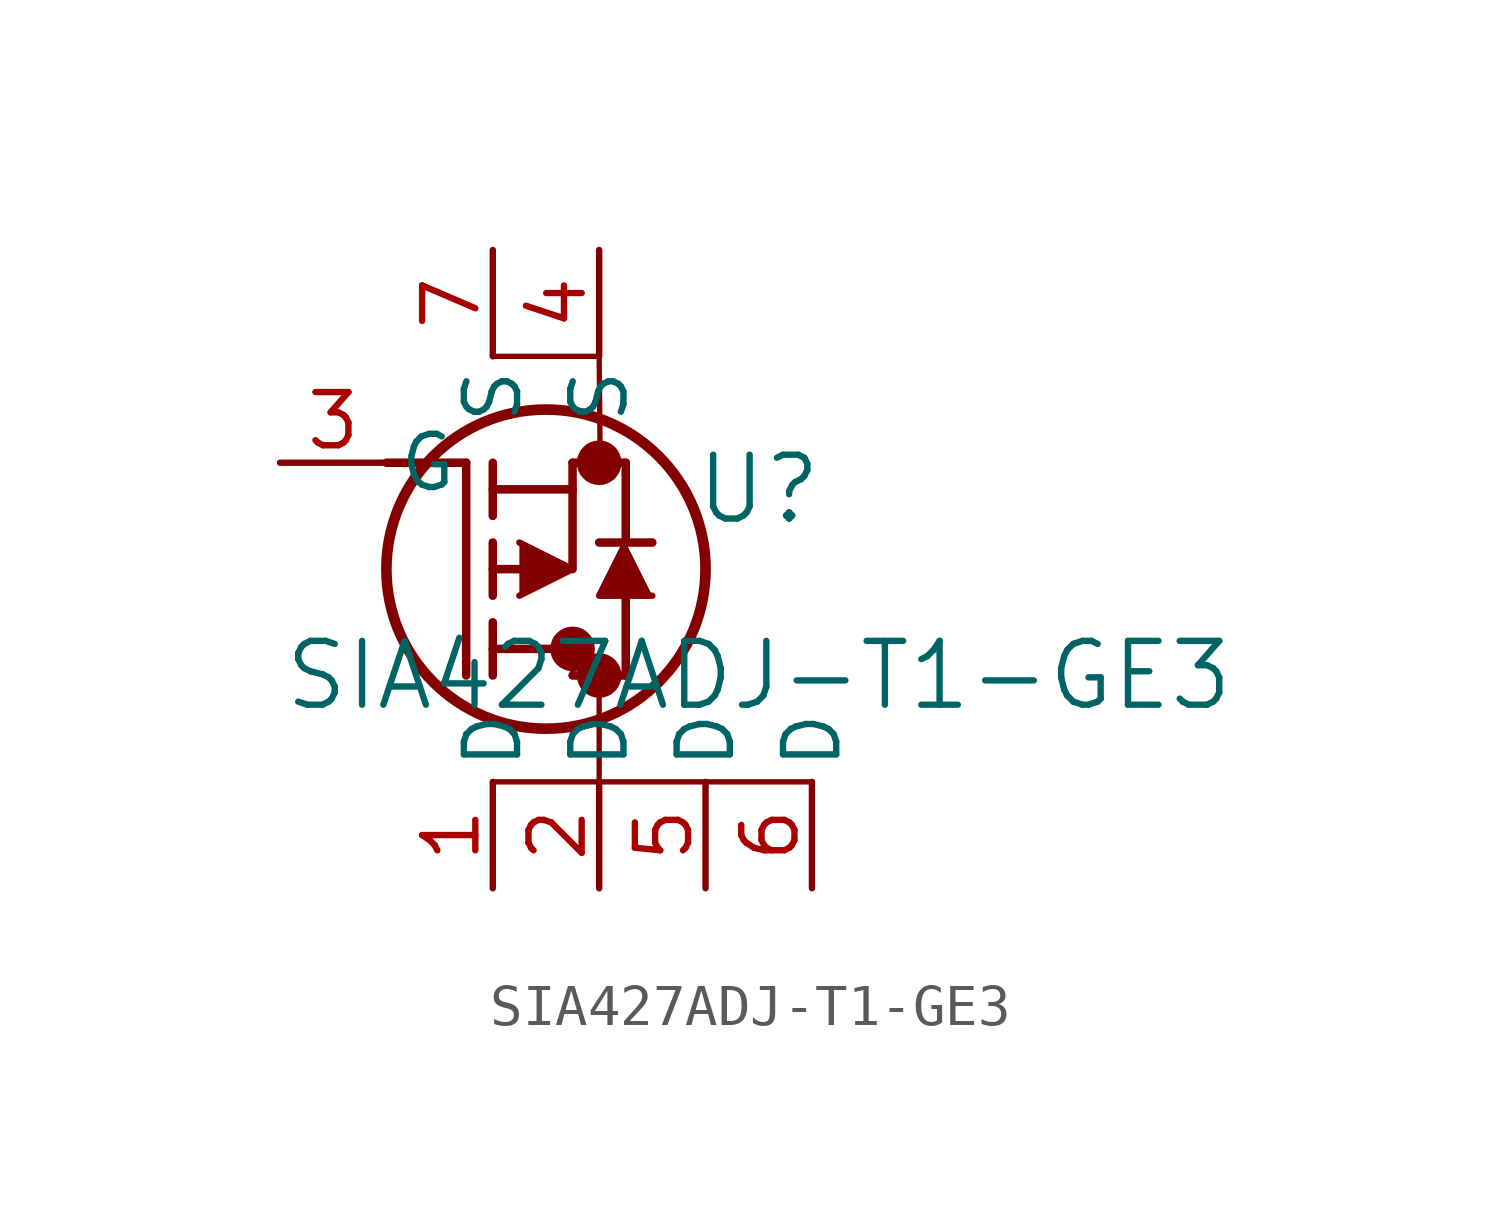
<source format=kicad_sym>
(kicad_symbol_lib
  (version 20211014)
  (generator kicad_symbol_editor)
  (symbol "SIA427ADJ-T1-GE3"
    (pin_names
      (offset 0.254))
    (property "Reference" "U"
      (at 11.43 -0.635 0)
      (effects (font (size 1.524 1.524))))
    (property "Value" "SIA427ADJ-T1-GE3"
      (at 11.43 -5.08 0)
      (effects (font (size 1.524 1.524))))
    (symbol "SIA427ADJ-T1-GE3_0_1"
      (polyline (pts (xy 2.54 0) (xy 4.445 0)) (stroke (width 0.203) (type default) (color 0 0 0 0)) (fill (type none)))
      (circle (center 7.62 0) (radius 0.025) (stroke (width 0.508) (type default) (color 0 0 0 0)) (fill (type none)))
      (circle (center 7.62 -5.08) (radius 0.025) (stroke (width 0.508) (type default) (color 0 0 0 0)) (fill (type none)))
      (circle (center 6.985 -4.445) (radius 0.025) (stroke (width 0.508) (type default) (color 0 0 0 0)) (fill (type none)))
      (circle (center 6.35 -2.54) (radius 3.81) (stroke (width 0.254) (type default) (color 0 0 0 0)) (fill (type none)))
      (polyline (pts (xy 4.445 -5.08) (xy 4.445 0)) (stroke (width 0.203) (type default) (color 0 0 0 0)) (fill (type none)))
      (polyline (pts (xy 5.08 -3.175) (xy 5.08 -1.905)) (stroke (width 0.203) (type default) (color 0 0 0 0)) (fill (type none)))
      (polyline (pts (xy 5.08 -5.08) (xy 5.08 -3.81)) (stroke (width 0.203) (type default) (color 0 0 0 0)) (fill (type none)))
      (polyline (pts (xy 5.08 -1.27) (xy 5.08 0)) (stroke (width 0.203) (type default) (color 0 0 0 0)) (fill (type none)))
      (polyline (pts (xy 5.715 -2.54) (xy 5.08 -2.54)) (stroke (width 0.203) (type default) (color 0 0 0 0)) (fill (type none)))
      (polyline (pts (xy 5.08 -4.445) (xy 6.985 -4.445)) (stroke (width 0.203) (type default) (color 0 0 0 0)) (fill (type none)))
      (polyline (pts (xy 6.985 -0.635) (xy 6.985 -2.54)) (stroke (width 0.203) (type default) (color 0 0 0 0)) (fill (type none)))
      (polyline (pts (xy 6.985 -5.08) (xy 8.255 -5.08)) (stroke (width 0.203) (type default) (color 0 0 0 0)) (fill (type none)))
      (polyline (pts (xy 5.08 -0.635) (xy 6.985 -0.635)) (stroke (width 0.203) (type default) (color 0 0 0 0)) (fill (type none)))
      (polyline (pts (xy 8.255 -1.905) (xy 8.255 0)) (stroke (width 0.203) (type default) (color 0 0 0 0)) (fill (type none)))
      (polyline (pts (xy 5.715 -3.175) (xy 6.985 -2.54) (xy 5.715 -1.905)) (stroke (width 0) (type default) (color 0 0 0 0)) (fill (type outline)))
      (polyline (pts (xy 8.89 -3.175) (xy 7.62 -3.175) (xy 8.255 -1.905)) (stroke (width 0) (type default) (color 0 0 0 0)) (fill (type outline)))
      (polyline (pts (xy 8.255 -5.08) (xy 8.255 -3.175)) (stroke (width 0.203) (type default) (color 0 0 0 0)) (fill (type none)))
      (polyline (pts (xy 8.89 -1.905) (xy 7.62 -1.905)) (stroke (width 0.203) (type default) (color 0 0 0 0)) (fill (type none)))
      (polyline (pts (xy 6.985 0) (xy 8.255 0)) (stroke (width 0.203) (type default) (color 0 0 0 0)) (fill (type none)))
      (polyline (pts (xy 6.985 -0.635) (xy 6.985 0)) (stroke (width 0.203) (type default) (color 0 0 0 0)) (fill (type none)))
      (polyline (pts (xy 6.985 -4.445) (xy 6.985 -5.08)) (stroke (width 0.127) (type default) (color 0 0 0 0)) (fill (type none)))
      (polyline (pts (xy 5.08 2.54) (xy 7.62 2.54)) (stroke (width 0.127) (type default) (color 0 0 0 0)) (fill (type none)))
      (polyline (pts (xy 5.08 -7.62) (xy 12.7 -7.62)) (stroke (width 0.127) (type default) (color 0 0 0 0)) (fill (type none)))
      (polyline (pts (xy 7.62 2.54) (xy 7.645 0)) (stroke (width 0.127) (type default) (color 0 0 0 0)) (fill (type none)))
      (polyline (pts (xy 7.62 -7.62) (xy 7.62 -5.08)) (stroke (width 0.127) (type default) (color 0 0 0 0)) (fill (type none)))
      (pin unspecified line (at 5.08 -10.16 90) (length 2.54) (name "D" (effects (font (size 1.27 1.27)))) (number "1" (effects (font (size 1.27 1.27)))))
      (pin unspecified line (at 7.62 -10.16 90) (length 2.54) (name "D" (effects (font (size 1.27 1.27)))) (number "2" (effects (font (size 1.27 1.27)))))
      (pin unspecified line (at 0 0 0) (length 2.54) (name "G" (effects (font (size 1.27 1.27)))) (number "3" (effects (font (size 1.27 1.27)))))
      (pin unspecified line (at 7.62 5.08 270) (length 2.54) (name "S" (effects (font (size 1.27 1.27)))) (number "4" (effects (font (size 1.27 1.27)))))
      (pin unspecified line (at 10.16 -10.16 90) (length 2.54) (name "D" (effects (font (size 1.27 1.27)))) (number "5" (effects (font (size 1.27 1.27)))))
      (pin unspecified line (at 12.7 -10.16 90) (length 2.54) (name "D" (effects (font (size 1.27 1.27)))) (number "6" (effects (font (size 1.27 1.27)))))
      (pin unspecified line (at 5.08 5.08 270) (length 2.54) (name "S" (effects (font (size 1.27 1.27)))) (number "7" (effects (font (size 1.27 1.27))))))))
</source>
